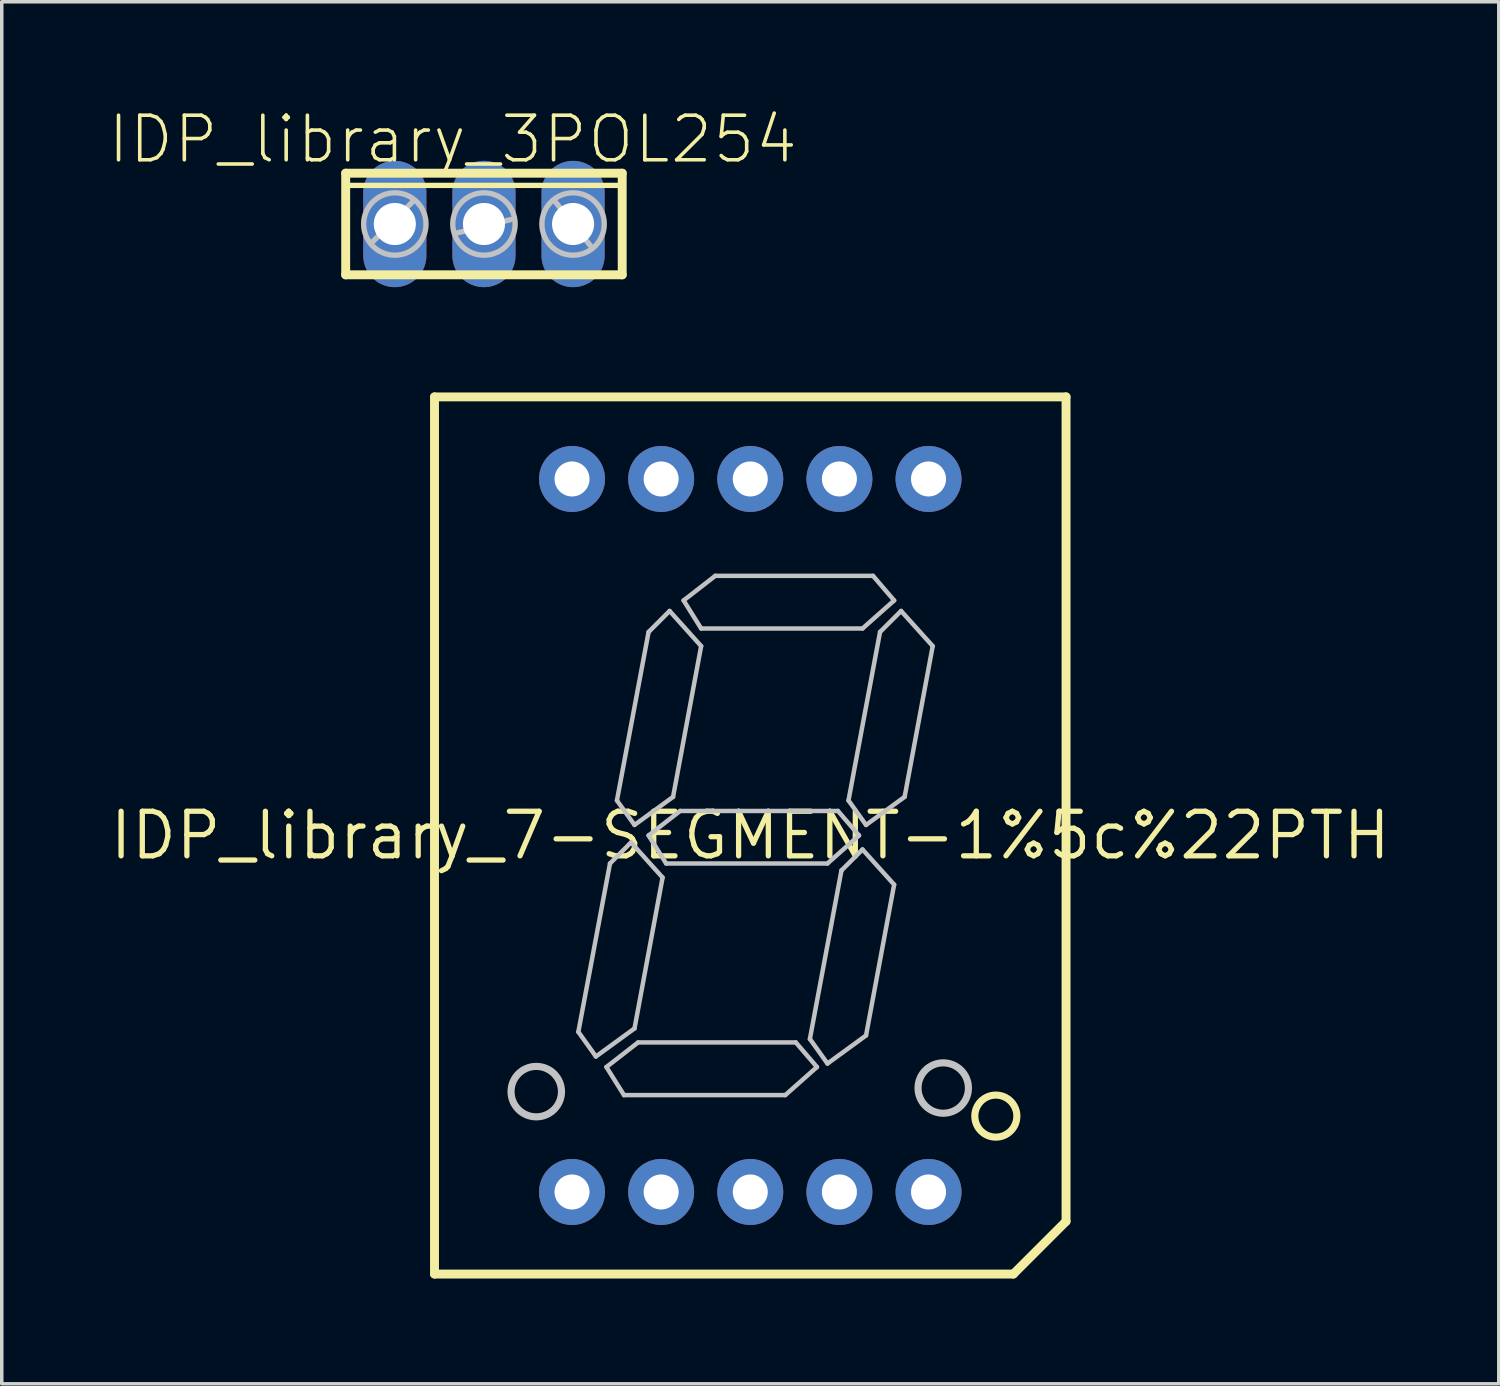
<source format=kicad_pcb>
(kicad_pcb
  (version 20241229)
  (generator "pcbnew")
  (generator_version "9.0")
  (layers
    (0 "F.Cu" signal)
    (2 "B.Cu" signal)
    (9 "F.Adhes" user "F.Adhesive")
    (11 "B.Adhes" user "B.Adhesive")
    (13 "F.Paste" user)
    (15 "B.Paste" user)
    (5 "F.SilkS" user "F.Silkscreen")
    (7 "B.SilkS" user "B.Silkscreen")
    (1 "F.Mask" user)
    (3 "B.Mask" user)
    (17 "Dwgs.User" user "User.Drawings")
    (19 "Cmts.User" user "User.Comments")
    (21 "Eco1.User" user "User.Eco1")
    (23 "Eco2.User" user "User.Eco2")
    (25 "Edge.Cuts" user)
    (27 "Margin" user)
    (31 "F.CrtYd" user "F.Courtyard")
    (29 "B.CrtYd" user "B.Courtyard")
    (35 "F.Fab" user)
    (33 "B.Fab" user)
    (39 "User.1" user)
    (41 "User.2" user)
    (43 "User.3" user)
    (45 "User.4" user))
  (footprint "IDP_library_7-SEGMENT-1%5c%22PTH"
    (layer "F.Cu")
    (at 18.332 20.76)
    (property "Reference" "IDP_library_7-SEGMENT-1%5c%22PTH" (at 0 0 0) (layer "F.SilkS") (effects (font (size 1.27 1.27) (thickness 0.15))))
    (attr exclude_from_pos_files exclude_from_bom)
    (fp_line (start -8.999 -12.499) (end 8.999 -12.499) (stroke (width 0.254) (type solid)) (layer "F.SilkS"))
    (fp_line (start -8.999 12.499) (end -8.999 -12.499) (stroke (width 0.254) (type solid)) (layer "F.SilkS"))
    (fp_line (start 7.498 12.499) (end -8.999 12.499) (stroke (width 0.254) (type solid)) (layer "F.SilkS"))
    (fp_line (start 8.999 -12.499) (end 8.999 10.998) (stroke (width 0.254) (type solid)) (layer "F.SilkS"))
    (fp_line (start 8.999 10.998) (end 7.498 12.499) (stroke (width 0.254) (type solid)) (layer "F.SilkS"))
    (fp_circle (center 6.998 7.998) (end 6.998 7.399) (stroke (width 0.203) (type solid)) (fill no) (layer "F.SilkS"))
    (fp_line (start -4.9 5.598) (end -3.998 0.798) (stroke (width 0.127) (type solid)) (layer "Dwgs.User"))
    (fp_line (start -4.399 6.299) (end -4.9 5.598) (stroke (width 0.127) (type solid)) (layer "Dwgs.User"))
    (fp_line (start -4.1 6.599) (end -3.198 5.898) (stroke (width 0.127) (type solid)) (layer "Dwgs.User"))
    (fp_line (start -3.998 0.798) (end -3.399 0.198) (stroke (width 0.127) (type solid)) (layer "Dwgs.User"))
    (fp_line (start -3.8 -0.998) (end -2.898 -5.799) (stroke (width 0.127) (type solid)) (layer "Dwgs.User"))
    (fp_line (start -3.599 7.399) (end -4.1 6.599) (stroke (width 0.127) (type solid)) (layer "Dwgs.User"))
    (fp_line (start -3.399 0.198) (end -2.499 1.199) (stroke (width 0.127) (type solid)) (layer "Dwgs.User"))
    (fp_line (start -3.299 -0.3) (end -3.8 -0.998) (stroke (width 0.127) (type solid)) (layer "Dwgs.User"))
    (fp_line (start -3.299 5.499) (end -4.399 6.299) (stroke (width 0.127) (type solid)) (layer "Dwgs.User"))
    (fp_line (start -3.198 5.898) (end 1.298 5.898) (stroke (width 0.127) (type solid)) (layer "Dwgs.User"))
    (fp_line (start -2.898 -5.799) (end -2.299 -6.398) (stroke (width 0.127) (type solid)) (layer "Dwgs.User"))
    (fp_line (start -2.898 0) (end -1.999 -0.699) (stroke (width 0.127) (type solid)) (layer "Dwgs.User"))
    (fp_line (start -2.499 1.199) (end -3.299 5.499) (stroke (width 0.127) (type solid)) (layer "Dwgs.User"))
    (fp_line (start -2.398 0.798) (end -2.898 0) (stroke (width 0.127) (type solid)) (layer "Dwgs.User"))
    (fp_line (start -2.299 -6.398) (end -1.4 -5.397) (stroke (width 0.127) (type solid)) (layer "Dwgs.User"))
    (fp_line (start -2.2 -1.1) (end -3.299 -0.3) (stroke (width 0.127) (type solid)) (layer "Dwgs.User"))
    (fp_line (start -1.999 -0.699) (end 2.499 -0.699) (stroke (width 0.127) (type solid)) (layer "Dwgs.User"))
    (fp_line (start -1.9 -6.698) (end -0.998 -7.399) (stroke (width 0.127) (type solid)) (layer "Dwgs.User"))
    (fp_line (start -1.4 -5.898) (end -1.9 -6.698) (stroke (width 0.127) (type solid)) (layer "Dwgs.User"))
    (fp_line (start -1.4 -5.397) (end -2.2 -1.1) (stroke (width 0.127) (type solid)) (layer "Dwgs.User"))
    (fp_line (start -0.998 -7.399) (end 3.498 -7.399) (stroke (width 0.127) (type solid)) (layer "Dwgs.User"))
    (fp_line (start 0.998 7.399) (end -3.599 7.399) (stroke (width 0.127) (type solid)) (layer "Dwgs.User"))
    (fp_line (start 1.298 5.898) (end 1.9 6.599) (stroke (width 0.127) (type solid)) (layer "Dwgs.User"))
    (fp_line (start 1.699 5.799) (end 2.598 0.998) (stroke (width 0.127) (type solid)) (layer "Dwgs.User"))
    (fp_line (start 1.9 6.599) (end 0.998 7.399) (stroke (width 0.127) (type solid)) (layer "Dwgs.User"))
    (fp_line (start 2.2 0.798) (end -2.398 0.798) (stroke (width 0.127) (type solid)) (layer "Dwgs.User"))
    (fp_line (start 2.2 6.5) (end 1.699 5.799) (stroke (width 0.127) (type solid)) (layer "Dwgs.User"))
    (fp_line (start 2.499 -0.699) (end 3.099 0) (stroke (width 0.127) (type solid)) (layer "Dwgs.User"))
    (fp_line (start 2.598 0.998) (end 3.198 0.399) (stroke (width 0.127) (type solid)) (layer "Dwgs.User"))
    (fp_line (start 2.799 -0.998) (end 3.698 -5.799) (stroke (width 0.127) (type solid)) (layer "Dwgs.User"))
    (fp_line (start 3.099 0) (end 2.2 0.798) (stroke (width 0.127) (type solid)) (layer "Dwgs.User"))
    (fp_line (start 3.198 -5.898) (end -1.4 -5.898) (stroke (width 0.127) (type solid)) (layer "Dwgs.User"))
    (fp_line (start 3.198 0.399) (end 4.1 1.4) (stroke (width 0.127) (type solid)) (layer "Dwgs.User"))
    (fp_line (start 3.299 -0.3) (end 2.799 -0.998) (stroke (width 0.127) (type solid)) (layer "Dwgs.User"))
    (fp_line (start 3.299 5.7) (end 2.2 6.5) (stroke (width 0.127) (type solid)) (layer "Dwgs.User"))
    (fp_line (start 3.498 -7.399) (end 4.1 -6.698) (stroke (width 0.127) (type solid)) (layer "Dwgs.User"))
    (fp_line (start 3.698 -5.799) (end 4.298 -6.398) (stroke (width 0.127) (type solid)) (layer "Dwgs.User"))
    (fp_line (start 4.1 -6.698) (end 3.198 -5.898) (stroke (width 0.127) (type solid)) (layer "Dwgs.User"))
    (fp_line (start 4.1 1.4) (end 3.299 5.7) (stroke (width 0.127) (type solid)) (layer "Dwgs.User"))
    (fp_line (start 4.298 -6.398) (end 5.199 -5.397) (stroke (width 0.127) (type solid)) (layer "Dwgs.User"))
    (fp_line (start 4.399 -1.1) (end 3.299 -0.3) (stroke (width 0.127) (type solid)) (layer "Dwgs.User"))
    (fp_line (start 5.199 -5.397) (end 4.399 -1.1) (stroke (width 0.127) (type solid)) (layer "Dwgs.User"))
    (fp_circle (center -6.099 7.3) (end -6.099 6.581) (stroke (width 0.203) (type solid)) (fill no) (layer "Dwgs.User"))
    (fp_circle (center 5.499 7.198) (end 5.499 6.48) (stroke (width 0.203) (type solid)) (fill no) (layer "Dwgs.User"))
    (pad "1" thru_hole circle (at -5.08 10.16) (size 1.88 1.88) (drill 0.998) (layers "*.Cu" "*.Paste" "*.Mask"))
    (pad "2" thru_hole circle (at -2.54 10.16) (size 1.88 1.88) (drill 0.998) (layers "*.Cu" "*.Paste" "*.Mask"))
    (pad "3" thru_hole circle (at 0 10.16) (size 1.88 1.88) (drill 0.998) (layers "*.Cu" "*.Paste" "*.Mask"))
    (pad "4" thru_hole circle (at 2.54 10.16) (size 1.88 1.88) (drill 0.998) (layers "*.Cu" "*.Paste" "*.Mask"))
    (pad "5" thru_hole circle (at 5.08 10.16) (size 1.88 1.88) (drill 0.998) (layers "*.Cu" "*.Paste" "*.Mask"))
    (pad "6" thru_hole circle (at 5.08 -10.16) (size 1.88 1.88) (drill 0.998) (layers "*.Cu" "*.Paste" "*.Mask"))
    (pad "7" thru_hole circle (at 2.54 -10.16) (size 1.88 1.88) (drill 0.998) (layers "*.Cu" "*.Paste" "*.Mask"))
    (pad "8" thru_hole circle (at 0 -10.16) (size 1.88 1.88) (drill 0.998) (layers "*.Cu" "*.Paste" "*.Mask"))
    (pad "9" thru_hole circle (at -2.54 -10.16) (size 1.88 1.88) (drill 0.998) (layers "*.Cu" "*.Paste" "*.Mask"))
    (pad "10" thru_hole circle (at -5.08 -10.16) (size 1.88 1.88) (drill 0.998) (layers "*.Cu" "*.Paste" "*.Mask")))
  (footprint "IDP_library_3POL254"
    (layer "F.Cu")
    (at 10.742 3.334)
    (property "Reference" "IDP_library_3POL254" (at -0.889 -2.413 0) (layer "F.SilkS") (effects (font (size 1.27 1.27) (thickness 0.102))))
    (attr exclude_from_pos_files exclude_from_bom)
    (fp_line (start -3.94 -1.448) (end -3.94 1.448) (stroke (width 0.254) (type solid)) (layer "F.SilkS"))
    (fp_line (start -3.94 1.448) (end 3.94 1.448) (stroke (width 0.254) (type solid)) (layer "F.SilkS"))
    (fp_line (start -3.828 -1.1) (end 3.828 -1.1) (stroke (width 0.152) (type solid)) (layer "F.SilkS"))
    (fp_line (start 3.94 -1.448) (end -3.94 -1.448) (stroke (width 0.254) (type solid)) (layer "F.SilkS"))
    (fp_line (start 3.94 1.448) (end 3.94 -1.448) (stroke (width 0.254) (type solid)) (layer "F.SilkS"))
    (fp_line (start -3.175 0.508) (end -2.032 -0.635) (stroke (width 0.152) (type solid)) (layer "Dwgs.User"))
    (fp_line (start -0.762 0.254) (end 0.762 -0.127) (stroke (width 0.152) (type solid)) (layer "Dwgs.User"))
    (fp_line (start 2.032 -0.635) (end 3.048 0.635) (stroke (width 0.152) (type solid)) (layer "Dwgs.User"))
    (fp_circle (center -2.54 0) (end -2.54 -0.889) (stroke (width 0.152) (type solid)) (fill no) (layer "Dwgs.User"))
    (fp_circle (center 0 0) (end 0 -0.889) (stroke (width 0.152) (type solid)) (fill no) (layer "Dwgs.User"))
    (fp_circle (center 2.54 0) (end 2.54 -0.889) (stroke (width 0.152) (type solid)) (fill no) (layer "Dwgs.User"))
    (pad "1" thru_hole oval (at -2.54 0 180) (size 1.798 3.599) (drill 1.199) (layers "*.Cu" "*.Paste" "*.Mask"))
    (pad "2" thru_hole oval (at 0 0 180) (size 1.798 3.599) (drill 1.199) (layers "*.Cu" "*.Paste" "*.Mask"))
    (pad "3" thru_hole oval (at 2.54 0 180) (size 1.798 3.599) (drill 1.199) (layers "*.Cu" "*.Paste" "*.Mask")))
  (gr_rect
    (start -3 -3)
    (end 39.663 36.387)
    (stroke (width 0.1) (type default))
    (fill no)
    (layer "Edge.Cuts")))
</source>
